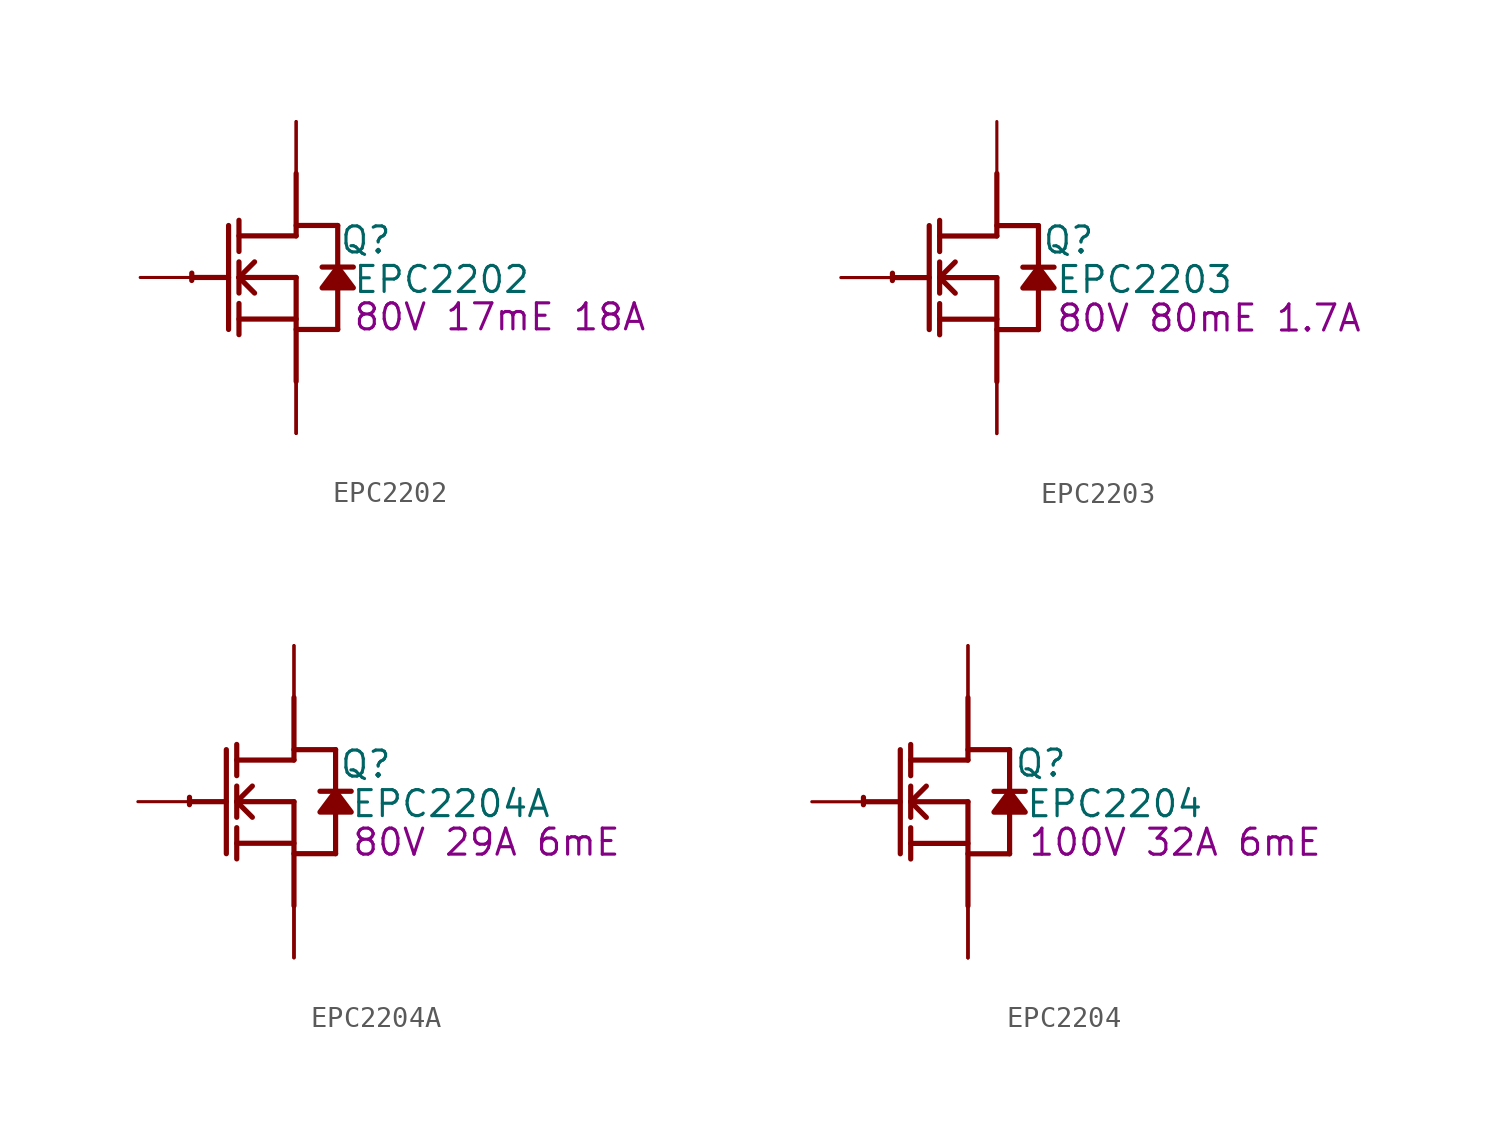
<source format=kicad_sym>
(kicad_symbol_lib
  (version 20220914)
  (generator kicad_symbol_editor)
  (symbol "EPC2202"
    (property "Reference" "Q"
      (at 3.404 1.829 0)
      (effects (font (size 1.27 1.27))))
    (property "Value" "EPC2202"
      (at 7.112 -0.102 0)
      (effects (font (size 1.27 1.27))))
    (property "Description" "80V 17mE 18A"
      (at 9.957 -1.93 0)
      (effects (font (size 1.27 1.27))))
    (symbol "EPC2202_1_0"
      (arc (start -5.0996 0.2128) (mid -5.1039 0.0331) (end -5.1019 -0.1467) (stroke (width 0.254) (type solid)) (fill (type none)))
      (polyline (pts (xy -5.08 0) (xy -3.302 0)) (stroke (width 0.254) (type solid)) (fill (type none)))
      (polyline (pts (xy -3.302 2.54) (xy -3.302 -2.54)) (stroke (width 0.254) (type solid)) (fill (type none)))
      (polyline (pts (xy -2.794 -2.794) (xy -2.794 -1.27)) (stroke (width 0.254) (type solid)) (fill (type none)))
      (polyline (pts (xy -2.794 -2.032) (xy 0 -2.032)) (stroke (width 0.254) (type solid)) (fill (type none)))
      (polyline (pts (xy -2.794 -0.762) (xy -2.794 0.762)) (stroke (width 0.254) (type solid)) (fill (type none)))
      (polyline (pts (xy -2.794 0) (xy -2.032 0.762)) (stroke (width 0.254) (type solid)) (fill (type none)))
      (polyline (pts (xy -2.794 0) (xy 0 0)) (stroke (width 0.254) (type solid)) (fill (type none)))
      (polyline (pts (xy -2.794 1.27) (xy -2.794 2.794)) (stroke (width 0.254) (type solid)) (fill (type none)))
      (polyline (pts (xy -2.032 -0.762) (xy -2.794 0)) (stroke (width 0.254) (type solid)) (fill (type none)))
      (polyline (pts (xy 0 -2.54) (xy 2.032 -2.54)) (stroke (width 0.254) (type solid)) (fill (type none)))
      (polyline (pts (xy 0 0) (xy 0 -5.08)) (stroke (width 0.254) (type solid)) (fill (type none)))
      (polyline (pts (xy 0 2.032) (xy -2.794 2.032)) (stroke (width 0.254) (type solid)) (fill (type none)))
      (polyline (pts (xy 0 2.032) (xy 0 5.08)) (stroke (width 0.254) (type solid)) (fill (type none)))
      (polyline (pts (xy 0 2.54) (xy 2.032 2.54)) (stroke (width 0.254) (type solid)) (fill (type none)))
      (polyline (pts (xy 2.032 -0.508) (xy 2.032 -2.54)) (stroke (width 0.254) (type solid)) (fill (type none)))
      (polyline (pts (xy 2.032 2.54) (xy 2.032 0.508)) (stroke (width 0.254) (type solid)) (fill (type none)))
      (polyline (pts (xy 2.794 0.508) (xy 1.27 0.508)) (stroke (width 0.254) (type solid)) (fill (type none)))
      (polyline (pts (xy 2.032 0.508) (xy 1.27 -0.508) (xy 2.794 -0.508) (xy 2.032 0.508)) (stroke (width 0.254) (type solid)) (fill (type outline)))
      (pin passive line (at -7.62 0 0) (length 2.54) (name "G" (effects (font (size 0 0)))) (number "1" (effects (font (size 0 0)))))
      (pin open_emitter line (at 0 -7.62 90) (length 2.54) (name "Sub" (effects (font (size 0 0)))) (number "2" (effects (font (size 0 0)))))
      (pin open_collector line (at 0 7.62 270) (length 2.54) (name "D1" (effects (font (size 0 0)))) (number "3" (effects (font (size 0 0)))))
      (pin open_emitter line (at 0 -7.62 90) (length 2.54) (name "SP1" (effects (font (size 0 0)))) (number "4" (effects (font (size 0 0)))))
      (pin open_collector line (at 0 7.62 270) (length 2.54) (name "D2" (effects (font (size 0 0)))) (number "5" (effects (font (size 0 0)))))
      (pin open_emitter line (at 0 -7.62 90) (length 2.54) (name "SP2" (effects (font (size 0 0)))) (number "6" (effects (font (size 0 0)))))))
  (symbol "EPC2203"
    (property "Reference" "Q"
      (at 3.505 1.829 0)
      (effects (font (size 1.27 1.27))))
    (property "Value" "EPC2203"
      (at 7.214 -0.102 0)
      (effects (font (size 1.27 1.27))))
    (property "Description" "80V 80mE 1.7A"
      (at 10.363 -1.981 0)
      (effects (font (size 1.27 1.27))))
    (symbol "EPC2203_1_0"
      (arc (start -5.0996 0.2128) (mid -5.1039 0.0331) (end -5.1019 -0.1467) (stroke (width 0.254) (type solid)) (fill (type none)))
      (polyline (pts (xy -5.08 0) (xy -3.302 0)) (stroke (width 0.254) (type solid)) (fill (type none)))
      (polyline (pts (xy -3.302 2.54) (xy -3.302 -2.54)) (stroke (width 0.254) (type solid)) (fill (type none)))
      (polyline (pts (xy -2.794 -2.794) (xy -2.794 -1.27)) (stroke (width 0.254) (type solid)) (fill (type none)))
      (polyline (pts (xy -2.794 -2.032) (xy 0 -2.032)) (stroke (width 0.254) (type solid)) (fill (type none)))
      (polyline (pts (xy -2.794 -0.762) (xy -2.794 0.762)) (stroke (width 0.254) (type solid)) (fill (type none)))
      (polyline (pts (xy -2.794 0) (xy -2.032 0.762)) (stroke (width 0.254) (type solid)) (fill (type none)))
      (polyline (pts (xy -2.794 0) (xy 0 0)) (stroke (width 0.254) (type solid)) (fill (type none)))
      (polyline (pts (xy -2.794 1.27) (xy -2.794 2.794)) (stroke (width 0.254) (type solid)) (fill (type none)))
      (polyline (pts (xy -2.032 -0.762) (xy -2.794 0)) (stroke (width 0.254) (type solid)) (fill (type none)))
      (polyline (pts (xy 0 -2.54) (xy 2.032 -2.54)) (stroke (width 0.254) (type solid)) (fill (type none)))
      (polyline (pts (xy 0 0) (xy 0 -5.08)) (stroke (width 0.254) (type solid)) (fill (type none)))
      (polyline (pts (xy 0 2.032) (xy -2.794 2.032)) (stroke (width 0.254) (type solid)) (fill (type none)))
      (polyline (pts (xy 0 2.032) (xy 0 5.08)) (stroke (width 0.254) (type solid)) (fill (type none)))
      (polyline (pts (xy 0 2.54) (xy 2.032 2.54)) (stroke (width 0.254) (type solid)) (fill (type none)))
      (polyline (pts (xy 2.032 -0.508) (xy 2.032 -2.54)) (stroke (width 0.254) (type solid)) (fill (type none)))
      (polyline (pts (xy 2.032 2.54) (xy 2.032 0.508)) (stroke (width 0.254) (type solid)) (fill (type none)))
      (polyline (pts (xy 2.794 0.508) (xy 1.27 0.508)) (stroke (width 0.254) (type solid)) (fill (type none)))
      (polyline (pts (xy 2.032 0.508) (xy 1.27 -0.508) (xy 2.794 -0.508) (xy 2.032 0.508)) (stroke (width 0.254) (type solid)) (fill (type outline)))
      (pin passive line (at -7.62 0 0) (length 2.54) (name "G" (effects (font (size 0 0)))) (number "1" (effects (font (size 0 0)))))
      (pin open_emitter line (at 0 -7.62 90) (length 2.54) (name "S1" (effects (font (size 0 0)))) (number "2" (effects (font (size 0 0)))))
      (pin open_collector line (at 0 7.62 270) (length 2.54) (name "D1" (effects (font (size 0 0)))) (number "3" (effects (font (size 0 0)))))
      (pin open_emitter line (at 0 -7.62 90) (length 2.54) (name "S2" (effects (font (size 0 0)))) (number "4" (effects (font (size 0 0)))))))
  (symbol "EPC2204A"
    (property "Reference" "Q"
      (at 3.505 1.829 0)
      (effects (font (size 1.27 1.27))))
    (property "Value" "EPC2204A"
      (at 7.671 -0.102 0)
      (effects (font (size 1.27 1.27))))
    (property "Description" "80V 29A 6mE"
      (at 9.398 -1.981 0)
      (effects (font (size 1.27 1.27))))
    (symbol "EPC2204A_1_0"
      (arc (start -5.0996 0.2128) (mid -5.1039 0.0331) (end -5.1019 -0.1467) (stroke (width 0.254) (type solid)) (fill (type none)))
      (polyline (pts (xy -5.08 0) (xy -3.302 0)) (stroke (width 0.254) (type solid)) (fill (type none)))
      (polyline (pts (xy -3.302 2.54) (xy -3.302 -2.54)) (stroke (width 0.254) (type solid)) (fill (type none)))
      (polyline (pts (xy -2.794 -2.794) (xy -2.794 -1.27)) (stroke (width 0.254) (type solid)) (fill (type none)))
      (polyline (pts (xy -2.794 -2.032) (xy 0 -2.032)) (stroke (width 0.254) (type solid)) (fill (type none)))
      (polyline (pts (xy -2.794 -0.762) (xy -2.794 0.762)) (stroke (width 0.254) (type solid)) (fill (type none)))
      (polyline (pts (xy -2.794 0) (xy -2.032 0.762)) (stroke (width 0.254) (type solid)) (fill (type none)))
      (polyline (pts (xy -2.794 0) (xy 0 0)) (stroke (width 0.254) (type solid)) (fill (type none)))
      (polyline (pts (xy -2.794 1.27) (xy -2.794 2.794)) (stroke (width 0.254) (type solid)) (fill (type none)))
      (polyline (pts (xy -2.032 -0.762) (xy -2.794 0)) (stroke (width 0.254) (type solid)) (fill (type none)))
      (polyline (pts (xy 0 -2.54) (xy 2.032 -2.54)) (stroke (width 0.254) (type solid)) (fill (type none)))
      (polyline (pts (xy 0 0) (xy 0 -5.08)) (stroke (width 0.254) (type solid)) (fill (type none)))
      (polyline (pts (xy 0 2.032) (xy -2.794 2.032)) (stroke (width 0.254) (type solid)) (fill (type none)))
      (polyline (pts (xy 0 2.032) (xy 0 5.08)) (stroke (width 0.254) (type solid)) (fill (type none)))
      (polyline (pts (xy 0 2.54) (xy 2.032 2.54)) (stroke (width 0.254) (type solid)) (fill (type none)))
      (polyline (pts (xy 2.032 -0.508) (xy 2.032 -2.54)) (stroke (width 0.254) (type solid)) (fill (type none)))
      (polyline (pts (xy 2.032 2.54) (xy 2.032 0.508)) (stroke (width 0.254) (type solid)) (fill (type none)))
      (polyline (pts (xy 2.794 0.508) (xy 1.27 0.508)) (stroke (width 0.254) (type solid)) (fill (type none)))
      (polyline (pts (xy 2.032 0.508) (xy 1.27 -0.508) (xy 2.794 -0.508) (xy 2.032 0.508)) (stroke (width 0.254) (type solid)) (fill (type outline)))
      (pin passive line (at -7.62 0 0) (length 2.54) (name "G" (effects (font (size 0 0)))) (number "1" (effects (font (size 0 0)))))
      (pin open_emitter line (at 0 -7.62 90) (length 2.54) (name "S" (effects (font (size 0 0)))) (number "2" (effects (font (size 0 0)))))
      (pin open_collector line (at 0 7.62 270) (length 2.54) (name "D" (effects (font (size 0 0)))) (number "3" (effects (font (size 0 0)))))
      (pin open_emitter line (at 0 -7.62 90) (length 2.54) (name "S" (effects (font (size 0 0)))) (number "4" (effects (font (size 0 0)))))
      (pin open_collector line (at 0 7.62 270) (length 2.54) (name "D" (effects (font (size 0 0)))) (number "5" (effects (font (size 0 0)))))
      (pin open_emitter line (at 0 -7.62 90) (length 2.54) (name "S" (effects (font (size 0 0)))) (number "6" (effects (font (size 0 0)))))))
  (symbol "EPC2204"
    (property "Reference" "Q"
      (at 3.556 1.88 0)
      (effects (font (size 1.27 1.27))))
    (property "Value" "EPC2204"
      (at 7.163 -0.102 0)
      (effects (font (size 1.27 1.27))))
    (property "Description" "100V 32A 6mE"
      (at 10.109 -1.981 0)
      (effects (font (size 1.27 1.27))))
    (symbol "EPC2204_1_0"
      (arc (start -5.0996 0.2128) (mid -5.1039 0.0331) (end -5.1019 -0.1467) (stroke (width 0.254) (type solid)) (fill (type none)))
      (polyline (pts (xy -5.08 0) (xy -3.302 0)) (stroke (width 0.254) (type solid)) (fill (type none)))
      (polyline (pts (xy -3.302 2.54) (xy -3.302 -2.54)) (stroke (width 0.254) (type solid)) (fill (type none)))
      (polyline (pts (xy -2.794 -2.794) (xy -2.794 -1.27)) (stroke (width 0.254) (type solid)) (fill (type none)))
      (polyline (pts (xy -2.794 -2.032) (xy 0 -2.032)) (stroke (width 0.254) (type solid)) (fill (type none)))
      (polyline (pts (xy -2.794 -0.762) (xy -2.794 0.762)) (stroke (width 0.254) (type solid)) (fill (type none)))
      (polyline (pts (xy -2.794 0) (xy -2.032 0.762)) (stroke (width 0.254) (type solid)) (fill (type none)))
      (polyline (pts (xy -2.794 0) (xy 0 0)) (stroke (width 0.254) (type solid)) (fill (type none)))
      (polyline (pts (xy -2.794 1.27) (xy -2.794 2.794)) (stroke (width 0.254) (type solid)) (fill (type none)))
      (polyline (pts (xy -2.032 -0.762) (xy -2.794 0)) (stroke (width 0.254) (type solid)) (fill (type none)))
      (polyline (pts (xy 0 -2.54) (xy 2.032 -2.54)) (stroke (width 0.254) (type solid)) (fill (type none)))
      (polyline (pts (xy 0 0) (xy 0 -5.08)) (stroke (width 0.254) (type solid)) (fill (type none)))
      (polyline (pts (xy 0 2.032) (xy -2.794 2.032)) (stroke (width 0.254) (type solid)) (fill (type none)))
      (polyline (pts (xy 0 2.032) (xy 0 5.08)) (stroke (width 0.254) (type solid)) (fill (type none)))
      (polyline (pts (xy 0 2.54) (xy 2.032 2.54)) (stroke (width 0.254) (type solid)) (fill (type none)))
      (polyline (pts (xy 2.032 -0.508) (xy 2.032 -2.54)) (stroke (width 0.254) (type solid)) (fill (type none)))
      (polyline (pts (xy 2.032 2.54) (xy 2.032 0.508)) (stroke (width 0.254) (type solid)) (fill (type none)))
      (polyline (pts (xy 2.794 0.508) (xy 1.27 0.508)) (stroke (width 0.254) (type solid)) (fill (type none)))
      (polyline (pts (xy 2.032 0.508) (xy 1.27 -0.508) (xy 2.794 -0.508) (xy 2.032 0.508)) (stroke (width 0.254) (type solid)) (fill (type outline)))
      (pin passive line (at -7.62 0 0) (length 2.54) (name "G" (effects (font (size 0 0)))) (number "1" (effects (font (size 0 0)))))
      (pin open_emitter line (at 0 -7.62 90) (length 2.54) (name "S" (effects (font (size 0 0)))) (number "2" (effects (font (size 0 0)))))
      (pin open_collector line (at 0 7.62 270) (length 2.54) (name "D" (effects (font (size 0 0)))) (number "3" (effects (font (size 0 0)))))
      (pin open_emitter line (at 0 -7.62 90) (length 2.54) (name "S" (effects (font (size 0 0)))) (number "4" (effects (font (size 0 0)))))
      (pin open_collector line (at 0 7.62 270) (length 2.54) (name "D" (effects (font (size 0 0)))) (number "5" (effects (font (size 0 0)))))
      (pin open_emitter line (at 0 -7.62 90) (length 2.54) (name "S" (effects (font (size 0 0)))) (number "6" (effects (font (size 0 0))))))))
</source>
